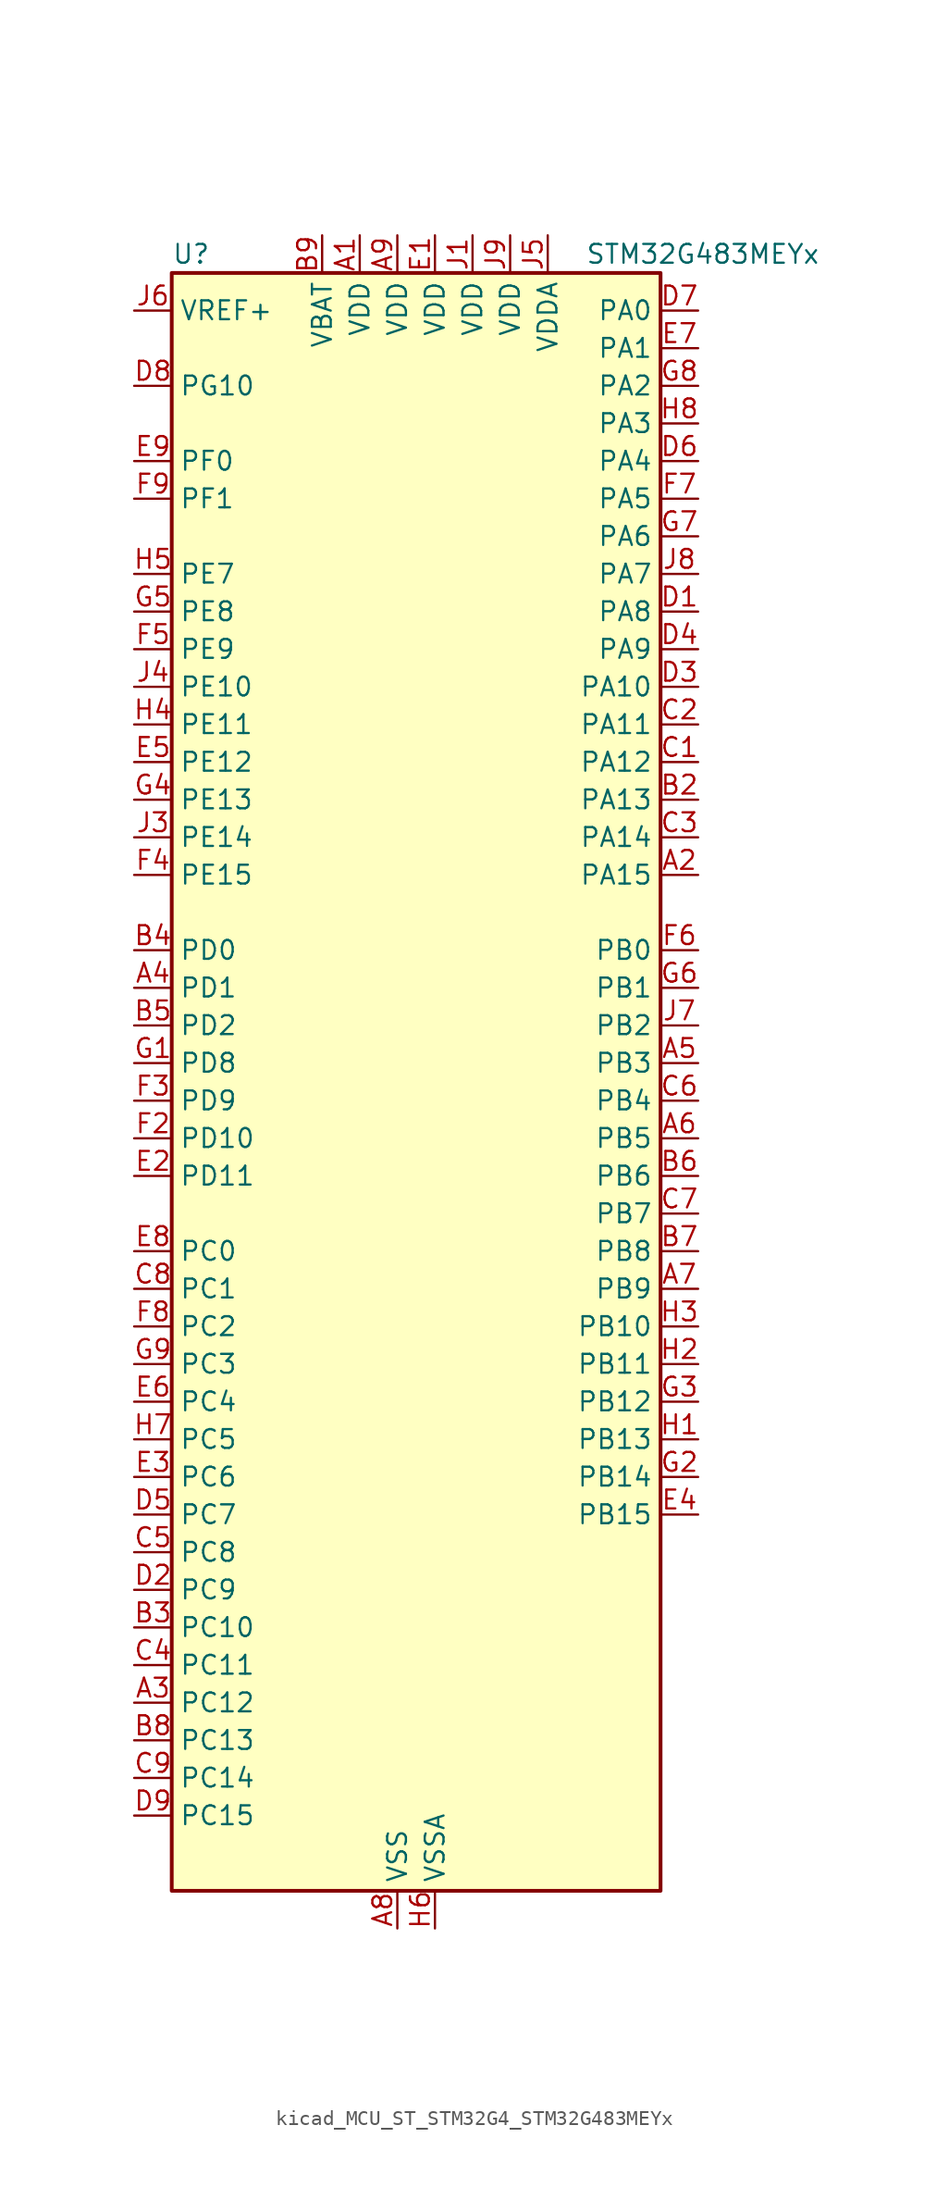
<source format=kicad_sym>
(kicad_symbol_lib
  (version 20220914)
  (generator kicad_symbol_editor)
  (symbol "kicad_MCU_ST_STM32G4_STM32G483MEYx"
    (property "Reference" "U"
      (at -15.24 57.15 0)
      (effects (font (size 1.27 1.27)) (justify left)))
    (property "Value" "STM32G483MEYx"
      (at 12.7 57.15 0)
      (effects (font (size 1.27 1.27)) (justify left)))
    (property "ki_locked" ""
      (at 0 0 0)
      (effects (font (size 1.27 1.27))))
    (symbol "kicad_MCU_ST_STM32G4_STM32G483MEYx_0_1"
      (rectangle (start -15.24 -53.34) (end 17.78 55.88) (stroke (width 0.254) (type default)) (fill (type background))))
    (symbol "kicad_MCU_ST_STM32G4_STM32G483MEYx_1_1"
      (pin power_in line (at -2.54 58.42 270) (length 2.54) (name "VDD" (effects (font (size 1.27 1.27)))) (number "A1" (effects (font (size 1.27 1.27)))))
      (pin bidirectional line (at 20.32 15.24 180) (length 2.54) (name "PA15" (effects (font (size 1.27 1.27)))) (number "A2" (effects (font (size 1.27 1.27)))) (alternate "ADC1_EXTI15" bidirectional line) (alternate "ADC2_EXTI15" bidirectional line) (alternate "FDCAN3_TX" bidirectional line) (alternate "I2C1_SCL" bidirectional line) (alternate "I2S3_WS" bidirectional line) (alternate "SPI1_NSS" bidirectional line) (alternate "SPI3_NSS" bidirectional line) (alternate "SYS_JTDI" bidirectional line) (alternate "TIM1_BKIN" bidirectional line) (alternate "TIM2_CH1" bidirectional line) (alternate "TIM2_ETR" bidirectional line) (alternate "TIM8_CH1" bidirectional line) (alternate "UART4_DE" bidirectional line) (alternate "UART4_RTS" bidirectional line) (alternate "USART2_RX" bidirectional line))
      (pin bidirectional line (at -17.78 -40.64 0) (length 2.54) (name "PC12" (effects (font (size 1.27 1.27)))) (number "A3" (effects (font (size 1.27 1.27)))) (alternate "I2S3_SD" bidirectional line) (alternate "SPI3_MOSI" bidirectional line) (alternate "TIM5_CH2" bidirectional line) (alternate "TIM8_CH3N" bidirectional line) (alternate "UART5_TX" bidirectional line) (alternate "UCPD1_FRSTX1" bidirectional line) (alternate "UCPD1_FRSTX2" bidirectional line) (alternate "USART3_CK" bidirectional line))
      (pin bidirectional line (at -17.78 7.62 0) (length 2.54) (name "PD1" (effects (font (size 1.27 1.27)))) (number "A4" (effects (font (size 1.27 1.27)))) (alternate "FDCAN1_TX" bidirectional line) (alternate "TIM8_BKIN2" bidirectional line) (alternate "TIM8_CH4" bidirectional line))
      (pin bidirectional line (at 20.32 2.54 180) (length 2.54) (name "PB3" (effects (font (size 1.27 1.27)))) (number "A5" (effects (font (size 1.27 1.27)))) (alternate "ADC3_EXTI3" bidirectional line) (alternate "ADC4_EXTI3" bidirectional line) (alternate "ADC5_EXTI3" bidirectional line) (alternate "CRS_SYNC" bidirectional line) (alternate "FDCAN3_RX" bidirectional line) (alternate "I2S3_CK" bidirectional line) (alternate "SAI1_SCK_B" bidirectional line) (alternate "SPI1_SCK" bidirectional line) (alternate "SPI3_SCK" bidirectional line) (alternate "SYS_JTDO-SWO" bidirectional line) (alternate "TIM2_CH2" bidirectional line) (alternate "TIM3_ETR" bidirectional line) (alternate "TIM4_ETR" bidirectional line) (alternate "TIM8_CH1N" bidirectional line) (alternate "USART2_TX" bidirectional line))
      (pin bidirectional line (at 20.32 -2.54 180) (length 2.54) (name "PB5" (effects (font (size 1.27 1.27)))) (number "A6" (effects (font (size 1.27 1.27)))) (alternate "FDCAN2_RX" bidirectional line) (alternate "I2C1_SMBA" bidirectional line) (alternate "I2C3_SDA" bidirectional line) (alternate "I2S3_SD" bidirectional line) (alternate "LPTIM1_IN1" bidirectional line) (alternate "SAI1_SD_B" bidirectional line) (alternate "SPI1_MOSI" bidirectional line) (alternate "SPI3_MOSI" bidirectional line) (alternate "TIM16_BKIN" bidirectional line) (alternate "TIM17_CH1" bidirectional line) (alternate "TIM3_CH2" bidirectional line) (alternate "TIM8_CH3N" bidirectional line) (alternate "UART5_CTS" bidirectional line) (alternate "USART2_CK" bidirectional line))
      (pin bidirectional line (at 20.32 -12.7 180) (length 2.54) (name "PB9" (effects (font (size 1.27 1.27)))) (number "A7" (effects (font (size 1.27 1.27)))) (alternate "COMP2_OUT" bidirectional line) (alternate "DAC1_EXTI9" bidirectional line) (alternate "DAC2_EXTI9" bidirectional line) (alternate "DAC3_EXTI9" bidirectional line) (alternate "DAC4_EXTI9" bidirectional line) (alternate "FDCAN1_TX" bidirectional line) (alternate "I2C1_SDA" bidirectional line) (alternate "IR_OUT" bidirectional line) (alternate "SAI1_D2" bidirectional line) (alternate "SAI1_FS_A" bidirectional line) (alternate "TIM17_CH1" bidirectional line) (alternate "TIM1_CH3N" bidirectional line) (alternate "TIM4_CH4" bidirectional line) (alternate "TIM8_CH3" bidirectional line) (alternate "USART3_TX" bidirectional line))
      (pin power_in line (at 0 -55.88 90) (length 2.54) (name "VSS" (effects (font (size 1.27 1.27)))) (number "A8" (effects (font (size 1.27 1.27)))))
      (pin power_in line (at 0 58.42 270) (length 2.54) (name "VDD" (effects (font (size 1.27 1.27)))) (number "A9" (effects (font (size 1.27 1.27)))))
      (pin passive line (at 0 -55.88 90) (length 2.54) hide (name "VSS" (effects (font (size 1.27 1.27)))) (number "B1" (effects (font (size 1.27 1.27)))))
      (pin bidirectional line (at 20.32 20.32 180) (length 2.54) (name "PA13" (effects (font (size 1.27 1.27)))) (number "B2" (effects (font (size 1.27 1.27)))) (alternate "I2C1_SCL" bidirectional line) (alternate "I2C4_SCL" bidirectional line) (alternate "IR_OUT" bidirectional line) (alternate "SAI1_SD_B" bidirectional line) (alternate "SYS_JTMS-SWDIO" bidirectional line) (alternate "TIM16_CH1N" bidirectional line) (alternate "TIM4_CH3" bidirectional line) (alternate "USART3_CTS" bidirectional line) (alternate "USART3_NSS" bidirectional line))
      (pin bidirectional line (at -17.78 -35.56 0) (length 2.54) (name "PC10" (effects (font (size 1.27 1.27)))) (number "B3" (effects (font (size 1.27 1.27)))) (alternate "DAC1_EXTI10" bidirectional line) (alternate "DAC2_EXTI10" bidirectional line) (alternate "DAC3_EXTI10" bidirectional line) (alternate "DAC4_EXTI10" bidirectional line) (alternate "I2S3_CK" bidirectional line) (alternate "SPI3_SCK" bidirectional line) (alternate "TIM8_CH1N" bidirectional line) (alternate "UART4_TX" bidirectional line) (alternate "USART3_TX" bidirectional line))
      (pin bidirectional line (at -17.78 10.16 0) (length 2.54) (name "PD0" (effects (font (size 1.27 1.27)))) (number "B4" (effects (font (size 1.27 1.27)))) (alternate "FDCAN1_RX" bidirectional line) (alternate "TIM8_CH4N" bidirectional line))
      (pin bidirectional line (at -17.78 5.08 0) (length 2.54) (name "PD2" (effects (font (size 1.27 1.27)))) (number "B5" (effects (font (size 1.27 1.27)))) (alternate "ADC3_EXTI2" bidirectional line) (alternate "ADC4_EXTI2" bidirectional line) (alternate "ADC5_EXTI2" bidirectional line) (alternate "TIM3_ETR" bidirectional line) (alternate "TIM8_BKIN" bidirectional line) (alternate "UART5_RX" bidirectional line))
      (pin bidirectional line (at 20.32 -5.08 180) (length 2.54) (name "PB6" (effects (font (size 1.27 1.27)))) (number "B6" (effects (font (size 1.27 1.27)))) (alternate "COMP4_OUT" bidirectional line) (alternate "FDCAN2_TX" bidirectional line) (alternate "LPTIM1_ETR" bidirectional line) (alternate "SAI1_FS_B" bidirectional line) (alternate "TIM16_CH1N" bidirectional line) (alternate "TIM4_CH1" bidirectional line) (alternate "TIM8_BKIN2" bidirectional line) (alternate "TIM8_CH1" bidirectional line) (alternate "TIM8_ETR" bidirectional line) (alternate "UCPD1_CC1" bidirectional line) (alternate "USART1_TX" bidirectional line))
      (pin bidirectional line (at 20.32 -10.16 180) (length 2.54) (name "PB8" (effects (font (size 1.27 1.27)))) (number "B7" (effects (font (size 1.27 1.27)))) (alternate "COMP1_OUT" bidirectional line) (alternate "FDCAN1_RX" bidirectional line) (alternate "I2C1_SCL" bidirectional line) (alternate "SAI1_CK1" bidirectional line) (alternate "SAI1_MCLK_A" bidirectional line) (alternate "TIM16_CH1" bidirectional line) (alternate "TIM1_BKIN" bidirectional line) (alternate "TIM4_CH3" bidirectional line) (alternate "TIM8_CH2" bidirectional line) (alternate "USART3_RX" bidirectional line))
      (pin bidirectional line (at -17.78 -43.18 0) (length 2.54) (name "PC13" (effects (font (size 1.27 1.27)))) (number "B8" (effects (font (size 1.27 1.27)))) (alternate "RTC_OUT1" bidirectional line) (alternate "RTC_TAMP1" bidirectional line) (alternate "RTC_TS" bidirectional line) (alternate "SYS_WKUP2" bidirectional line) (alternate "TIM1_BKIN" bidirectional line) (alternate "TIM1_CH1N" bidirectional line) (alternate "TIM8_CH4N" bidirectional line))
      (pin power_in line (at -5.08 58.42 270) (length 2.54) (name "VBAT" (effects (font (size 1.27 1.27)))) (number "B9" (effects (font (size 1.27 1.27)))))
      (pin bidirectional line (at 20.32 22.86 180) (length 2.54) (name "PA12" (effects (font (size 1.27 1.27)))) (number "C1" (effects (font (size 1.27 1.27)))) (alternate "COMP2_OUT" bidirectional line) (alternate "FDCAN1_TX" bidirectional line) (alternate "I2S_CKIN" bidirectional line) (alternate "TIM16_CH1" bidirectional line) (alternate "TIM1_CH2N" bidirectional line) (alternate "TIM1_ETR" bidirectional line) (alternate "TIM4_CH2" bidirectional line) (alternate "USART1_DE" bidirectional line) (alternate "USART1_RTS" bidirectional line) (alternate "USB_DP" bidirectional line))
      (pin bidirectional line (at 20.32 25.4 180) (length 2.54) (name "PA11" (effects (font (size 1.27 1.27)))) (number "C2" (effects (font (size 1.27 1.27)))) (alternate "ADC1_EXTI11" bidirectional line) (alternate "ADC2_EXTI11" bidirectional line) (alternate "COMP1_OUT" bidirectional line) (alternate "FDCAN1_RX" bidirectional line) (alternate "I2S2_SD" bidirectional line) (alternate "SPI2_MOSI" bidirectional line) (alternate "TIM1_BKIN2" bidirectional line) (alternate "TIM1_CH1N" bidirectional line) (alternate "TIM1_CH4" bidirectional line) (alternate "TIM4_CH1" bidirectional line) (alternate "USART1_CTS" bidirectional line) (alternate "USART1_NSS" bidirectional line) (alternate "USB_DM" bidirectional line))
      (pin bidirectional line (at 20.32 17.78 180) (length 2.54) (name "PA14" (effects (font (size 1.27 1.27)))) (number "C3" (effects (font (size 1.27 1.27)))) (alternate "I2C1_SDA" bidirectional line) (alternate "I2C4_SMBA" bidirectional line) (alternate "LPTIM1_OUT" bidirectional line) (alternate "SAI1_FS_B" bidirectional line) (alternate "SYS_JTCK-SWCLK" bidirectional line) (alternate "TIM1_BKIN" bidirectional line) (alternate "TIM8_CH2" bidirectional line) (alternate "USART2_TX" bidirectional line))
      (pin bidirectional line (at -17.78 -38.1 0) (length 2.54) (name "PC11" (effects (font (size 1.27 1.27)))) (number "C4" (effects (font (size 1.27 1.27)))) (alternate "ADC1_EXTI11" bidirectional line) (alternate "ADC2_EXTI11" bidirectional line) (alternate "I2C3_SDA" bidirectional line) (alternate "SPI3_MISO" bidirectional line) (alternate "TIM8_CH2N" bidirectional line) (alternate "UART4_RX" bidirectional line) (alternate "USART3_RX" bidirectional line))
      (pin bidirectional line (at -17.78 -30.48 0) (length 2.54) (name "PC8" (effects (font (size 1.27 1.27)))) (number "C5" (effects (font (size 1.27 1.27)))) (alternate "COMP7_OUT" bidirectional line) (alternate "I2C3_SCL" bidirectional line) (alternate "TIM20_CH3" bidirectional line) (alternate "TIM3_CH3" bidirectional line) (alternate "TIM8_CH3" bidirectional line))
      (pin bidirectional line (at 20.32 0 180) (length 2.54) (name "PB4" (effects (font (size 1.27 1.27)))) (number "C6" (effects (font (size 1.27 1.27)))) (alternate "FDCAN3_TX" bidirectional line) (alternate "SAI1_MCLK_B" bidirectional line) (alternate "SPI1_MISO" bidirectional line) (alternate "SPI3_MISO" bidirectional line) (alternate "SYS_JTRST" bidirectional line) (alternate "TIM16_CH1" bidirectional line) (alternate "TIM17_BKIN" bidirectional line) (alternate "TIM3_CH1" bidirectional line) (alternate "TIM8_CH2N" bidirectional line) (alternate "UART5_DE" bidirectional line) (alternate "UART5_RTS" bidirectional line) (alternate "UCPD1_CC2" bidirectional line) (alternate "USART2_RX" bidirectional line))
      (pin bidirectional line (at 20.32 -7.62 180) (length 2.54) (name "PB7" (effects (font (size 1.27 1.27)))) (number "C7" (effects (font (size 1.27 1.27)))) (alternate "COMP3_OUT" bidirectional line) (alternate "I2C1_SDA" bidirectional line) (alternate "I2C4_SDA" bidirectional line) (alternate "LPTIM1_IN2" bidirectional line) (alternate "SYS_PVD_IN" bidirectional line) (alternate "TIM17_CH1N" bidirectional line) (alternate "TIM3_CH4" bidirectional line) (alternate "TIM4_CH2" bidirectional line) (alternate "TIM8_BKIN" bidirectional line) (alternate "UART4_CTS" bidirectional line) (alternate "USART1_RX" bidirectional line))
      (pin bidirectional line (at -17.78 -12.7 0) (length 2.54) (name "PC1" (effects (font (size 1.27 1.27)))) (number "C8" (effects (font (size 1.27 1.27)))) (alternate "ADC1_IN7" bidirectional line) (alternate "ADC2_IN7" bidirectional line) (alternate "COMP3_INP" bidirectional line) (alternate "LPTIM1_OUT" bidirectional line) (alternate "LPUART1_TX" bidirectional line) (alternate "QUADSPI1_BK2_IO0" bidirectional line) (alternate "SAI1_SD_A" bidirectional line) (alternate "TIM1_CH2" bidirectional line))
      (pin bidirectional line (at -17.78 -45.72 0) (length 2.54) (name "PC14" (effects (font (size 1.27 1.27)))) (number "C9" (effects (font (size 1.27 1.27)))) (alternate "RCC_OSC32_IN" bidirectional line))
      (pin bidirectional line (at 20.32 33.02 180) (length 2.54) (name "PA8" (effects (font (size 1.27 1.27)))) (number "D1" (effects (font (size 1.27 1.27)))) (alternate "ADC5_IN1" bidirectional line) (alternate "COMP7_OUT" bidirectional line) (alternate "FDCAN3_RX" bidirectional line) (alternate "I2C2_SDA" bidirectional line) (alternate "I2C3_SCL" bidirectional line) (alternate "I2S2_MCK" bidirectional line) (alternate "OPAMP5_VOUT" bidirectional line) (alternate "RCC_MCO" bidirectional line) (alternate "SAI1_CK2" bidirectional line) (alternate "SAI1_SCK_A" bidirectional line) (alternate "TIM1_CH1" bidirectional line) (alternate "TIM4_ETR" bidirectional line) (alternate "USART1_CK" bidirectional line))
      (pin bidirectional line (at -17.78 -33.02 0) (length 2.54) (name "PC9" (effects (font (size 1.27 1.27)))) (number "D2" (effects (font (size 1.27 1.27)))) (alternate "DAC1_EXTI9" bidirectional line) (alternate "DAC2_EXTI9" bidirectional line) (alternate "DAC3_EXTI9" bidirectional line) (alternate "DAC4_EXTI9" bidirectional line) (alternate "I2C3_SDA" bidirectional line) (alternate "I2S_CKIN" bidirectional line) (alternate "TIM3_CH4" bidirectional line) (alternate "TIM8_BKIN2" bidirectional line) (alternate "TIM8_CH4" bidirectional line))
      (pin bidirectional line (at 20.32 27.94 180) (length 2.54) (name "PA10" (effects (font (size 1.27 1.27)))) (number "D3" (effects (font (size 1.27 1.27)))) (alternate "COMP6_OUT" bidirectional line) (alternate "CRS_SYNC" bidirectional line) (alternate "DAC1_EXTI10" bidirectional line) (alternate "DAC2_EXTI10" bidirectional line) (alternate "DAC3_EXTI10" bidirectional line) (alternate "DAC4_EXTI10" bidirectional line) (alternate "I2C2_SMBA" bidirectional line) (alternate "SAI1_D1" bidirectional line) (alternate "SAI1_SD_A" bidirectional line) (alternate "SPI2_MISO" bidirectional line) (alternate "TIM17_BKIN" bidirectional line) (alternate "TIM1_CH3" bidirectional line) (alternate "TIM2_CH4" bidirectional line) (alternate "TIM8_BKIN" bidirectional line) (alternate "UCPD1_DBCC2" bidirectional line) (alternate "USART1_RX" bidirectional line))
      (pin bidirectional line (at 20.32 30.48 180) (length 2.54) (name "PA9" (effects (font (size 1.27 1.27)))) (number "D4" (effects (font (size 1.27 1.27)))) (alternate "ADC5_IN2" bidirectional line) (alternate "COMP5_OUT" bidirectional line) (alternate "DAC1_EXTI9" bidirectional line) (alternate "DAC2_EXTI9" bidirectional line) (alternate "DAC3_EXTI9" bidirectional line) (alternate "DAC4_EXTI9" bidirectional line) (alternate "I2C2_SCL" bidirectional line) (alternate "I2C3_SMBA" bidirectional line) (alternate "I2S3_MCK" bidirectional line) (alternate "SAI1_FS_A" bidirectional line) (alternate "TIM15_BKIN" bidirectional line) (alternate "TIM1_CH2" bidirectional line) (alternate "TIM2_CH3" bidirectional line) (alternate "UCPD1_DBCC1" bidirectional line) (alternate "USART1_TX" bidirectional line))
      (pin bidirectional line (at -17.78 -27.94 0) (length 2.54) (name "PC7" (effects (font (size 1.27 1.27)))) (number "D5" (effects (font (size 1.27 1.27)))) (alternate "COMP5_OUT" bidirectional line) (alternate "I2C4_SDA" bidirectional line) (alternate "I2S3_MCK" bidirectional line) (alternate "TIM3_CH2" bidirectional line) (alternate "TIM8_CH2" bidirectional line))
      (pin bidirectional line (at 20.32 43.18 180) (length 2.54) (name "PA4" (effects (font (size 1.27 1.27)))) (number "D6" (effects (font (size 1.27 1.27)))) (alternate "ADC2_IN17" bidirectional line) (alternate "COMP1_INM" bidirectional line) (alternate "DAC1_OUT1" bidirectional line) (alternate "I2S3_WS" bidirectional line) (alternate "SAI1_FS_B" bidirectional line) (alternate "SPI1_NSS" bidirectional line) (alternate "SPI3_NSS" bidirectional line) (alternate "TIM3_CH2" bidirectional line) (alternate "USART2_CK" bidirectional line))
      (pin bidirectional line (at 20.32 53.34 180) (length 2.54) (name "PA0" (effects (font (size 1.27 1.27)))) (number "D7" (effects (font (size 1.27 1.27)))) (alternate "ADC1_IN1" bidirectional line) (alternate "ADC2_IN1" bidirectional line) (alternate "COMP1_INM" bidirectional line) (alternate "COMP1_OUT" bidirectional line) (alternate "COMP3_INP" bidirectional line) (alternate "RTC_TAMP2" bidirectional line) (alternate "SYS_WKUP1" bidirectional line) (alternate "TIM2_CH1" bidirectional line) (alternate "TIM2_ETR" bidirectional line) (alternate "TIM5_CH1" bidirectional line) (alternate "TIM8_BKIN" bidirectional line) (alternate "TIM8_ETR" bidirectional line) (alternate "USART2_CTS" bidirectional line) (alternate "USART2_NSS" bidirectional line))
      (pin bidirectional line (at -17.78 48.26 0) (length 2.54) (name "PG10" (effects (font (size 1.27 1.27)))) (number "D8" (effects (font (size 1.27 1.27)))) (alternate "DAC1_EXTI10" bidirectional line) (alternate "DAC2_EXTI10" bidirectional line) (alternate "DAC3_EXTI10" bidirectional line) (alternate "DAC4_EXTI10" bidirectional line) (alternate "RCC_MCO" bidirectional line))
      (pin bidirectional line (at -17.78 -48.26 0) (length 2.54) (name "PC15" (effects (font (size 1.27 1.27)))) (number "D9" (effects (font (size 1.27 1.27)))) (alternate "ADC1_EXTI15" bidirectional line) (alternate "ADC2_EXTI15" bidirectional line) (alternate "RCC_OSC32_OUT" bidirectional line))
      (pin power_in line (at 2.54 58.42 270) (length 2.54) (name "VDD" (effects (font (size 1.27 1.27)))) (number "E1" (effects (font (size 1.27 1.27)))))
      (pin bidirectional line (at -17.78 -5.08 0) (length 2.54) (name "PD11" (effects (font (size 1.27 1.27)))) (number "E2" (effects (font (size 1.27 1.27)))) (alternate "ADC1_EXTI11" bidirectional line) (alternate "ADC2_EXTI11" bidirectional line) (alternate "ADC3_IN8" bidirectional line) (alternate "ADC4_IN8" bidirectional line) (alternate "ADC5_IN8" bidirectional line) (alternate "COMP6_INP" bidirectional line) (alternate "I2C4_SMBA" bidirectional line) (alternate "OPAMP4_VINP" bidirectional line) (alternate "OPAMP4_VINP_SEC" bidirectional line) (alternate "TIM5_ETR" bidirectional line) (alternate "USART3_CTS" bidirectional line) (alternate "USART3_NSS" bidirectional line))
      (pin bidirectional line (at -17.78 -25.4 0) (length 2.54) (name "PC6" (effects (font (size 1.27 1.27)))) (number "E3" (effects (font (size 1.27 1.27)))) (alternate "COMP6_OUT" bidirectional line) (alternate "I2C4_SCL" bidirectional line) (alternate "I2S2_MCK" bidirectional line) (alternate "TIM3_CH1" bidirectional line) (alternate "TIM8_CH1" bidirectional line))
      (pin bidirectional line (at 20.32 -27.94 180) (length 2.54) (name "PB15" (effects (font (size 1.27 1.27)))) (number "E4" (effects (font (size 1.27 1.27)))) (alternate "ADC1_EXTI15" bidirectional line) (alternate "ADC2_EXTI15" bidirectional line) (alternate "ADC2_IN15" bidirectional line) (alternate "ADC4_IN5" bidirectional line) (alternate "COMP3_OUT" bidirectional line) (alternate "COMP6_INM" bidirectional line) (alternate "I2S2_SD" bidirectional line) (alternate "OPAMP5_VINM" bidirectional line) (alternate "OPAMP5_VINM0" bidirectional line) (alternate "OPAMP5_VINM_SEC" bidirectional line) (alternate "RTC_REFIN" bidirectional line) (alternate "SPI2_MOSI" bidirectional line) (alternate "TIM15_CH1N" bidirectional line) (alternate "TIM15_CH2" bidirectional line) (alternate "TIM1_CH3N" bidirectional line))
      (pin bidirectional line (at -17.78 22.86 0) (length 2.54) (name "PE12" (effects (font (size 1.27 1.27)))) (number "E5" (effects (font (size 1.27 1.27)))) (alternate "ADC3_IN16" bidirectional line) (alternate "ADC4_IN16" bidirectional line) (alternate "ADC5_IN16" bidirectional line) (alternate "QUADSPI1_BK1_IO0" bidirectional line) (alternate "SPI4_SCK" bidirectional line) (alternate "TIM1_CH3N" bidirectional line))
      (pin bidirectional line (at -17.78 -20.32 0) (length 2.54) (name "PC4" (effects (font (size 1.27 1.27)))) (number "E6" (effects (font (size 1.27 1.27)))) (alternate "ADC2_IN5" bidirectional line) (alternate "I2C2_SCL" bidirectional line) (alternate "QUADSPI1_BK2_IO3" bidirectional line) (alternate "TIM1_ETR" bidirectional line) (alternate "USART1_TX" bidirectional line))
      (pin bidirectional line (at 20.32 50.8 180) (length 2.54) (name "PA1" (effects (font (size 1.27 1.27)))) (number "E7" (effects (font (size 1.27 1.27)))) (alternate "ADC1_IN2" bidirectional line) (alternate "ADC2_IN2" bidirectional line) (alternate "COMP1_INP" bidirectional line) (alternate "OPAMP1_VINP" bidirectional line) (alternate "OPAMP1_VINP_SEC" bidirectional line) (alternate "OPAMP3_VINP" bidirectional line) (alternate "OPAMP3_VINP_SEC" bidirectional line) (alternate "OPAMP6_VINM" bidirectional line) (alternate "OPAMP6_VINM0" bidirectional line) (alternate "OPAMP6_VINM_SEC" bidirectional line) (alternate "RTC_REFIN" bidirectional line) (alternate "TIM15_CH1N" bidirectional line) (alternate "TIM2_CH2" bidirectional line) (alternate "TIM5_CH2" bidirectional line) (alternate "USART2_DE" bidirectional line) (alternate "USART2_RTS" bidirectional line))
      (pin bidirectional line (at -17.78 -10.16 0) (length 2.54) (name "PC0" (effects (font (size 1.27 1.27)))) (number "E8" (effects (font (size 1.27 1.27)))) (alternate "ADC1_IN6" bidirectional line) (alternate "ADC2_IN6" bidirectional line) (alternate "COMP3_INM" bidirectional line) (alternate "LPTIM1_IN1" bidirectional line) (alternate "LPUART1_RX" bidirectional line) (alternate "TIM1_CH1" bidirectional line))
      (pin bidirectional line (at -17.78 43.18 0) (length 2.54) (name "PF0" (effects (font (size 1.27 1.27)))) (number "E9" (effects (font (size 1.27 1.27)))) (alternate "ADC1_IN10" bidirectional line) (alternate "I2C2_SDA" bidirectional line) (alternate "I2S2_WS" bidirectional line) (alternate "RCC_OSC_IN" bidirectional line) (alternate "SPI2_NSS" bidirectional line) (alternate "TIM1_CH3N" bidirectional line))
      (pin passive line (at 0 -55.88 90) (length 2.54) hide (name "VSS" (effects (font (size 1.27 1.27)))) (number "F1" (effects (font (size 1.27 1.27)))))
      (pin bidirectional line (at -17.78 -2.54 0) (length 2.54) (name "PD10" (effects (font (size 1.27 1.27)))) (number "F2" (effects (font (size 1.27 1.27)))) (alternate "ADC3_IN7" bidirectional line) (alternate "ADC4_IN7" bidirectional line) (alternate "ADC5_IN7" bidirectional line) (alternate "COMP6_INM" bidirectional line) (alternate "DAC1_EXTI10" bidirectional line) (alternate "DAC2_EXTI10" bidirectional line) (alternate "DAC3_EXTI10" bidirectional line) (alternate "DAC4_EXTI10" bidirectional line) (alternate "USART3_CK" bidirectional line))
      (pin bidirectional line (at -17.78 0 0) (length 2.54) (name "PD9" (effects (font (size 1.27 1.27)))) (number "F3" (effects (font (size 1.27 1.27)))) (alternate "ADC4_IN13" bidirectional line) (alternate "ADC5_IN13" bidirectional line) (alternate "DAC1_EXTI9" bidirectional line) (alternate "DAC2_EXTI9" bidirectional line) (alternate "DAC3_EXTI9" bidirectional line) (alternate "DAC4_EXTI9" bidirectional line) (alternate "OPAMP6_VINP" bidirectional line) (alternate "OPAMP6_VINP_SEC" bidirectional line) (alternate "USART3_RX" bidirectional line))
      (pin bidirectional line (at -17.78 15.24 0) (length 2.54) (name "PE15" (effects (font (size 1.27 1.27)))) (number "F4" (effects (font (size 1.27 1.27)))) (alternate "ADC1_EXTI15" bidirectional line) (alternate "ADC2_EXTI15" bidirectional line) (alternate "ADC4_IN2" bidirectional line) (alternate "QUADSPI1_BK1_IO3" bidirectional line) (alternate "TIM1_BKIN" bidirectional line) (alternate "TIM1_CH4N" bidirectional line) (alternate "USART3_RX" bidirectional line))
      (pin bidirectional line (at -17.78 30.48 0) (length 2.54) (name "PE9" (effects (font (size 1.27 1.27)))) (number "F5" (effects (font (size 1.27 1.27)))) (alternate "ADC3_IN2" bidirectional line) (alternate "DAC1_EXTI9" bidirectional line) (alternate "DAC2_EXTI9" bidirectional line) (alternate "DAC3_EXTI9" bidirectional line) (alternate "DAC4_EXTI9" bidirectional line) (alternate "SAI1_FS_B" bidirectional line) (alternate "TIM1_CH1" bidirectional line) (alternate "TIM5_CH4" bidirectional line))
      (pin bidirectional line (at 20.32 10.16 180) (length 2.54) (name "PB0" (effects (font (size 1.27 1.27)))) (number "F6" (effects (font (size 1.27 1.27)))) (alternate "ADC1_IN15" bidirectional line) (alternate "ADC3_IN12" bidirectional line) (alternate "COMP4_INP" bidirectional line) (alternate "OPAMP2_VINP" bidirectional line) (alternate "OPAMP2_VINP_SEC" bidirectional line) (alternate "OPAMP3_VINP" bidirectional line) (alternate "OPAMP3_VINP_SEC" bidirectional line) (alternate "QUADSPI1_BK1_IO1" bidirectional line) (alternate "TIM1_CH2N" bidirectional line) (alternate "TIM3_CH3" bidirectional line) (alternate "TIM8_CH2N" bidirectional line) (alternate "UCPD1_FRSTX1" bidirectional line) (alternate "UCPD1_FRSTX2" bidirectional line))
      (pin bidirectional line (at 20.32 40.64 180) (length 2.54) (name "PA5" (effects (font (size 1.27 1.27)))) (number "F7" (effects (font (size 1.27 1.27)))) (alternate "ADC2_IN13" bidirectional line) (alternate "COMP2_INM" bidirectional line) (alternate "DAC1_OUT2" bidirectional line) (alternate "OPAMP2_VINM" bidirectional line) (alternate "OPAMP2_VINM0" bidirectional line) (alternate "OPAMP2_VINM_SEC" bidirectional line) (alternate "SPI1_SCK" bidirectional line) (alternate "TIM2_CH1" bidirectional line) (alternate "TIM2_ETR" bidirectional line) (alternate "UCPD1_FRSTX1" bidirectional line) (alternate "UCPD1_FRSTX2" bidirectional line))
      (pin bidirectional line (at -17.78 -15.24 0) (length 2.54) (name "PC2" (effects (font (size 1.27 1.27)))) (number "F8" (effects (font (size 1.27 1.27)))) (alternate "ADC1_IN8" bidirectional line) (alternate "ADC2_IN8" bidirectional line) (alternate "ADC3_EXTI2" bidirectional line) (alternate "ADC4_EXTI2" bidirectional line) (alternate "ADC5_EXTI2" bidirectional line) (alternate "COMP3_OUT" bidirectional line) (alternate "LPTIM1_IN2" bidirectional line) (alternate "QUADSPI1_BK2_IO1" bidirectional line) (alternate "TIM1_CH3" bidirectional line) (alternate "TIM20_CH2" bidirectional line))
      (pin bidirectional line (at -17.78 40.64 0) (length 2.54) (name "PF1" (effects (font (size 1.27 1.27)))) (number "F9" (effects (font (size 1.27 1.27)))) (alternate "ADC2_IN10" bidirectional line) (alternate "COMP3_INM" bidirectional line) (alternate "I2S2_CK" bidirectional line) (alternate "RCC_OSC_OUT" bidirectional line) (alternate "SPI2_SCK" bidirectional line))
      (pin bidirectional line (at -17.78 2.54 0) (length 2.54) (name "PD8" (effects (font (size 1.27 1.27)))) (number "G1" (effects (font (size 1.27 1.27)))) (alternate "ADC4_IN12" bidirectional line) (alternate "ADC5_IN12" bidirectional line) (alternate "OPAMP4_VINM" bidirectional line) (alternate "OPAMP4_VINM1" bidirectional line) (alternate "OPAMP4_VINM_SEC" bidirectional line) (alternate "USART3_TX" bidirectional line))
      (pin bidirectional line (at 20.32 -25.4 180) (length 2.54) (name "PB14" (effects (font (size 1.27 1.27)))) (number "G2" (effects (font (size 1.27 1.27)))) (alternate "ADC1_IN5" bidirectional line) (alternate "ADC4_IN4" bidirectional line) (alternate "COMP4_OUT" bidirectional line) (alternate "COMP7_INP" bidirectional line) (alternate "OPAMP2_VINP" bidirectional line) (alternate "OPAMP2_VINP_SEC" bidirectional line) (alternate "OPAMP5_VINP" bidirectional line) (alternate "OPAMP5_VINP_SEC" bidirectional line) (alternate "SPI2_MISO" bidirectional line) (alternate "TIM15_CH1" bidirectional line) (alternate "TIM1_CH2N" bidirectional line) (alternate "USART3_DE" bidirectional line) (alternate "USART3_RTS" bidirectional line))
      (pin bidirectional line (at 20.32 -20.32 180) (length 2.54) (name "PB12" (effects (font (size 1.27 1.27)))) (number "G3" (effects (font (size 1.27 1.27)))) (alternate "ADC1_IN11" bidirectional line) (alternate "ADC4_IN3" bidirectional line) (alternate "COMP7_INM" bidirectional line) (alternate "FDCAN2_RX" bidirectional line) (alternate "I2C2_SMBA" bidirectional line) (alternate "I2S2_WS" bidirectional line) (alternate "LPUART1_DE" bidirectional line) (alternate "LPUART1_RTS" bidirectional line) (alternate "OPAMP4_VOUT" bidirectional line) (alternate "OPAMP6_VINP" bidirectional line) (alternate "OPAMP6_VINP_SEC" bidirectional line) (alternate "SPI2_NSS" bidirectional line) (alternate "TIM1_BKIN" bidirectional line) (alternate "TIM5_ETR" bidirectional line) (alternate "USART3_CK" bidirectional line))
      (pin bidirectional line (at -17.78 20.32 0) (length 2.54) (name "PE13" (effects (font (size 1.27 1.27)))) (number "G4" (effects (font (size 1.27 1.27)))) (alternate "ADC3_IN3" bidirectional line) (alternate "QUADSPI1_BK1_IO1" bidirectional line) (alternate "SPI4_MISO" bidirectional line) (alternate "TIM1_CH3" bidirectional line))
      (pin bidirectional line (at -17.78 33.02 0) (length 2.54) (name "PE8" (effects (font (size 1.27 1.27)))) (number "G5" (effects (font (size 1.27 1.27)))) (alternate "ADC3_IN6" bidirectional line) (alternate "ADC4_IN6" bidirectional line) (alternate "ADC5_IN6" bidirectional line) (alternate "COMP4_INM" bidirectional line) (alternate "SAI1_SCK_B" bidirectional line) (alternate "TIM1_CH1N" bidirectional line) (alternate "TIM5_CH3" bidirectional line))
      (pin bidirectional line (at 20.32 7.62 180) (length 2.54) (name "PB1" (effects (font (size 1.27 1.27)))) (number "G6" (effects (font (size 1.27 1.27)))) (alternate "ADC1_IN12" bidirectional line) (alternate "ADC3_IN1" bidirectional line) (alternate "COMP1_INP" bidirectional line) (alternate "COMP4_OUT" bidirectional line) (alternate "LPUART1_DE" bidirectional line) (alternate "LPUART1_RTS" bidirectional line) (alternate "OPAMP3_VOUT" bidirectional line) (alternate "OPAMP6_VINM" bidirectional line) (alternate "OPAMP6_VINM1" bidirectional line) (alternate "OPAMP6_VINM_SEC" bidirectional line) (alternate "QUADSPI1_BK1_IO0" bidirectional line) (alternate "TIM1_CH3N" bidirectional line) (alternate "TIM3_CH4" bidirectional line) (alternate "TIM8_CH3N" bidirectional line))
      (pin bidirectional line (at 20.32 38.1 180) (length 2.54) (name "PA6" (effects (font (size 1.27 1.27)))) (number "G7" (effects (font (size 1.27 1.27)))) (alternate "ADC2_IN3" bidirectional line) (alternate "COMP1_OUT" bidirectional line) (alternate "DAC2_OUT1" bidirectional line) (alternate "LPUART1_CTS" bidirectional line) (alternate "OPAMP2_VOUT" bidirectional line) (alternate "QUADSPI1_BK1_IO3" bidirectional line) (alternate "SPI1_MISO" bidirectional line) (alternate "TIM16_CH1" bidirectional line) (alternate "TIM1_BKIN" bidirectional line) (alternate "TIM3_CH1" bidirectional line) (alternate "TIM8_BKIN" bidirectional line))
      (pin bidirectional line (at 20.32 48.26 180) (length 2.54) (name "PA2" (effects (font (size 1.27 1.27)))) (number "G8" (effects (font (size 1.27 1.27)))) (alternate "ADC1_IN3" bidirectional line) (alternate "ADC3_EXTI2" bidirectional line) (alternate "ADC4_EXTI2" bidirectional line) (alternate "ADC5_EXTI2" bidirectional line) (alternate "COMP2_INM" bidirectional line) (alternate "COMP2_OUT" bidirectional line) (alternate "LPUART1_TX" bidirectional line) (alternate "OPAMP1_VOUT" bidirectional line) (alternate "QUADSPI1_BK1_NCS" bidirectional line) (alternate "RCC_LSCO" bidirectional line) (alternate "SYS_WKUP4" bidirectional line) (alternate "TIM15_CH1" bidirectional line) (alternate "TIM2_CH3" bidirectional line) (alternate "TIM5_CH3" bidirectional line) (alternate "UCPD1_FRSTX1" bidirectional line) (alternate "UCPD1_FRSTX2" bidirectional line) (alternate "USART2_TX" bidirectional line))
      (pin bidirectional line (at -17.78 -17.78 0) (length 2.54) (name "PC3" (effects (font (size 1.27 1.27)))) (number "G9" (effects (font (size 1.27 1.27)))) (alternate "ADC1_IN9" bidirectional line) (alternate "ADC2_IN9" bidirectional line) (alternate "ADC3_EXTI3" bidirectional line) (alternate "ADC4_EXTI3" bidirectional line) (alternate "ADC5_EXTI3" bidirectional line) (alternate "LPTIM1_ETR" bidirectional line) (alternate "OPAMP5_VINP" bidirectional line) (alternate "OPAMP5_VINP_SEC" bidirectional line) (alternate "QUADSPI1_BK2_IO2" bidirectional line) (alternate "SAI1_D1" bidirectional line) (alternate "SAI1_SD_A" bidirectional line) (alternate "TIM1_BKIN2" bidirectional line) (alternate "TIM1_CH4" bidirectional line))
      (pin bidirectional line (at 20.32 -22.86 180) (length 2.54) (name "PB13" (effects (font (size 1.27 1.27)))) (number "H1" (effects (font (size 1.27 1.27)))) (alternate "ADC3_IN5" bidirectional line) (alternate "COMP5_INP" bidirectional line) (alternate "FDCAN2_TX" bidirectional line) (alternate "I2S2_CK" bidirectional line) (alternate "LPUART1_CTS" bidirectional line) (alternate "OPAMP3_VINP" bidirectional line) (alternate "OPAMP3_VINP_SEC" bidirectional line) (alternate "OPAMP4_VINP" bidirectional line) (alternate "OPAMP4_VINP_SEC" bidirectional line) (alternate "OPAMP6_VINP" bidirectional line) (alternate "OPAMP6_VINP_SEC" bidirectional line) (alternate "SPI2_SCK" bidirectional line) (alternate "TIM1_CH1N" bidirectional line) (alternate "USART3_CTS" bidirectional line) (alternate "USART3_NSS" bidirectional line))
      (pin bidirectional line (at 20.32 -17.78 180) (length 2.54) (name "PB11" (effects (font (size 1.27 1.27)))) (number "H2" (effects (font (size 1.27 1.27)))) (alternate "ADC1_EXTI11" bidirectional line) (alternate "ADC1_IN14" bidirectional line) (alternate "ADC2_EXTI11" bidirectional line) (alternate "ADC2_IN14" bidirectional line) (alternate "COMP6_INP" bidirectional line) (alternate "LPUART1_TX" bidirectional line) (alternate "OPAMP4_VINP" bidirectional line) (alternate "OPAMP4_VINP_SEC" bidirectional line) (alternate "OPAMP6_VOUT" bidirectional line) (alternate "QUADSPI1_BK1_NCS" bidirectional line) (alternate "TIM2_CH4" bidirectional line) (alternate "USART3_RX" bidirectional line))
      (pin bidirectional line (at 20.32 -15.24 180) (length 2.54) (name "PB10" (effects (font (size 1.27 1.27)))) (number "H3" (effects (font (size 1.27 1.27)))) (alternate "COMP5_INM" bidirectional line) (alternate "DAC1_EXTI10" bidirectional line) (alternate "DAC2_EXTI10" bidirectional line) (alternate "DAC3_EXTI10" bidirectional line) (alternate "DAC4_EXTI10" bidirectional line) (alternate "LPUART1_RX" bidirectional line) (alternate "OPAMP3_VINM" bidirectional line) (alternate "OPAMP3_VINM1" bidirectional line) (alternate "OPAMP3_VINM_SEC" bidirectional line) (alternate "OPAMP4_VINM" bidirectional line) (alternate "OPAMP4_VINM0" bidirectional line) (alternate "OPAMP4_VINM_SEC" bidirectional line) (alternate "QUADSPI1_CLK" bidirectional line) (alternate "SAI1_SCK_A" bidirectional line) (alternate "TIM1_BKIN" bidirectional line) (alternate "TIM2_CH3" bidirectional line) (alternate "USART3_TX" bidirectional line))
      (pin bidirectional line (at -17.78 25.4 0) (length 2.54) (name "PE11" (effects (font (size 1.27 1.27)))) (number "H4" (effects (font (size 1.27 1.27)))) (alternate "ADC1_EXTI11" bidirectional line) (alternate "ADC2_EXTI11" bidirectional line) (alternate "ADC3_IN15" bidirectional line) (alternate "ADC4_IN15" bidirectional line) (alternate "ADC5_IN15" bidirectional line) (alternate "QUADSPI1_BK1_NCS" bidirectional line) (alternate "SPI4_NSS" bidirectional line) (alternate "TIM1_CH2" bidirectional line))
      (pin bidirectional line (at -17.78 35.56 0) (length 2.54) (name "PE7" (effects (font (size 1.27 1.27)))) (number "H5" (effects (font (size 1.27 1.27)))) (alternate "ADC3_IN4" bidirectional line) (alternate "COMP4_INP" bidirectional line) (alternate "SAI1_SD_B" bidirectional line) (alternate "TIM1_ETR" bidirectional line))
      (pin power_in line (at 2.54 -55.88 90) (length 2.54) (name "VSSA" (effects (font (size 1.27 1.27)))) (number "H6" (effects (font (size 1.27 1.27)))))
      (pin bidirectional line (at -17.78 -22.86 0) (length 2.54) (name "PC5" (effects (font (size 1.27 1.27)))) (number "H7" (effects (font (size 1.27 1.27)))) (alternate "ADC2_IN11" bidirectional line) (alternate "OPAMP1_VINM" bidirectional line) (alternate "OPAMP1_VINM1" bidirectional line) (alternate "OPAMP1_VINM_SEC" bidirectional line) (alternate "OPAMP2_VINM" bidirectional line) (alternate "OPAMP2_VINM1" bidirectional line) (alternate "OPAMP2_VINM_SEC" bidirectional line) (alternate "SAI1_D3" bidirectional line) (alternate "SYS_WKUP5" bidirectional line) (alternate "TIM15_BKIN" bidirectional line) (alternate "TIM1_CH4N" bidirectional line) (alternate "USART1_RX" bidirectional line))
      (pin bidirectional line (at 20.32 45.72 180) (length 2.54) (name "PA3" (effects (font (size 1.27 1.27)))) (number "H8" (effects (font (size 1.27 1.27)))) (alternate "ADC1_IN4" bidirectional line) (alternate "ADC3_EXTI3" bidirectional line) (alternate "ADC4_EXTI3" bidirectional line) (alternate "ADC5_EXTI3" bidirectional line) (alternate "COMP2_INP" bidirectional line) (alternate "LPUART1_RX" bidirectional line) (alternate "OPAMP1_VINM" bidirectional line) (alternate "OPAMP1_VINM0" bidirectional line) (alternate "OPAMP1_VINM_SEC" bidirectional line) (alternate "OPAMP1_VINP" bidirectional line) (alternate "OPAMP1_VINP_SEC" bidirectional line) (alternate "OPAMP5_VINM" bidirectional line) (alternate "OPAMP5_VINM1" bidirectional line) (alternate "OPAMP5_VINM_SEC" bidirectional line) (alternate "QUADSPI1_CLK" bidirectional line) (alternate "SAI1_CK1" bidirectional line) (alternate "SAI1_MCLK_A" bidirectional line) (alternate "TIM15_CH2" bidirectional line) (alternate "TIM2_CH4" bidirectional line) (alternate "TIM5_CH4" bidirectional line) (alternate "USART2_RX" bidirectional line))
      (pin passive line (at 0 -55.88 90) (length 2.54) hide (name "VSS" (effects (font (size 1.27 1.27)))) (number "H9" (effects (font (size 1.27 1.27)))))
      (pin power_in line (at 5.08 58.42 270) (length 2.54) (name "VDD" (effects (font (size 1.27 1.27)))) (number "J1" (effects (font (size 1.27 1.27)))))
      (pin passive line (at 0 -55.88 90) (length 2.54) hide (name "VSS" (effects (font (size 1.27 1.27)))) (number "J2" (effects (font (size 1.27 1.27)))))
      (pin bidirectional line (at -17.78 17.78 0) (length 2.54) (name "PE14" (effects (font (size 1.27 1.27)))) (number "J3" (effects (font (size 1.27 1.27)))) (alternate "ADC4_IN1" bidirectional line) (alternate "QUADSPI1_BK1_IO2" bidirectional line) (alternate "SPI4_MOSI" bidirectional line) (alternate "TIM1_BKIN2" bidirectional line) (alternate "TIM1_CH4" bidirectional line))
      (pin bidirectional line (at -17.78 27.94 0) (length 2.54) (name "PE10" (effects (font (size 1.27 1.27)))) (number "J4" (effects (font (size 1.27 1.27)))) (alternate "ADC3_IN14" bidirectional line) (alternate "ADC4_IN14" bidirectional line) (alternate "ADC5_IN14" bidirectional line) (alternate "DAC1_EXTI10" bidirectional line) (alternate "DAC2_EXTI10" bidirectional line) (alternate "DAC3_EXTI10" bidirectional line) (alternate "DAC4_EXTI10" bidirectional line) (alternate "QUADSPI1_CLK" bidirectional line) (alternate "SAI1_MCLK_B" bidirectional line) (alternate "TIM1_CH2N" bidirectional line))
      (pin power_in line (at 10.16 58.42 270) (length 2.54) (name "VDDA" (effects (font (size 1.27 1.27)))) (number "J5" (effects (font (size 1.27 1.27)))))
      (pin input line (at -17.78 53.34 0) (length 2.54) (name "VREF+" (effects (font (size 1.27 1.27)))) (number "J6" (effects (font (size 1.27 1.27)))) (alternate "VREFBUF_OUT" bidirectional line))
      (pin bidirectional line (at 20.32 5.08 180) (length 2.54) (name "PB2" (effects (font (size 1.27 1.27)))) (number "J7" (effects (font (size 1.27 1.27)))) (alternate "ADC2_IN12" bidirectional line) (alternate "ADC3_EXTI2" bidirectional line) (alternate "ADC4_EXTI2" bidirectional line) (alternate "ADC5_EXTI2" bidirectional line) (alternate "COMP4_INM" bidirectional line) (alternate "I2C3_SMBA" bidirectional line) (alternate "LPTIM1_OUT" bidirectional line) (alternate "OPAMP3_VINM" bidirectional line) (alternate "OPAMP3_VINM0" bidirectional line) (alternate "OPAMP3_VINM_SEC" bidirectional line) (alternate "QUADSPI1_BK2_IO1" bidirectional line) (alternate "RTC_OUT2" bidirectional line) (alternate "TIM20_CH1" bidirectional line) (alternate "TIM5_CH1" bidirectional line))
      (pin bidirectional line (at 20.32 35.56 180) (length 2.54) (name "PA7" (effects (font (size 1.27 1.27)))) (number "J8" (effects (font (size 1.27 1.27)))) (alternate "ADC2_IN4" bidirectional line) (alternate "COMP2_INP" bidirectional line) (alternate "COMP2_OUT" bidirectional line) (alternate "OPAMP1_VINP" bidirectional line) (alternate "OPAMP1_VINP_SEC" bidirectional line) (alternate "OPAMP2_VINP" bidirectional line) (alternate "OPAMP2_VINP_SEC" bidirectional line) (alternate "QUADSPI1_BK1_IO2" bidirectional line) (alternate "SPI1_MOSI" bidirectional line) (alternate "TIM17_CH1" bidirectional line) (alternate "TIM1_CH1N" bidirectional line) (alternate "TIM3_CH2" bidirectional line) (alternate "TIM8_CH1N" bidirectional line) (alternate "UCPD1_FRSTX1" bidirectional line) (alternate "UCPD1_FRSTX2" bidirectional line))
      (pin power_in line (at 7.62 58.42 270) (length 2.54) (name "VDD" (effects (font (size 1.27 1.27)))) (number "J9" (effects (font (size 1.27 1.27))))))))
</source>
